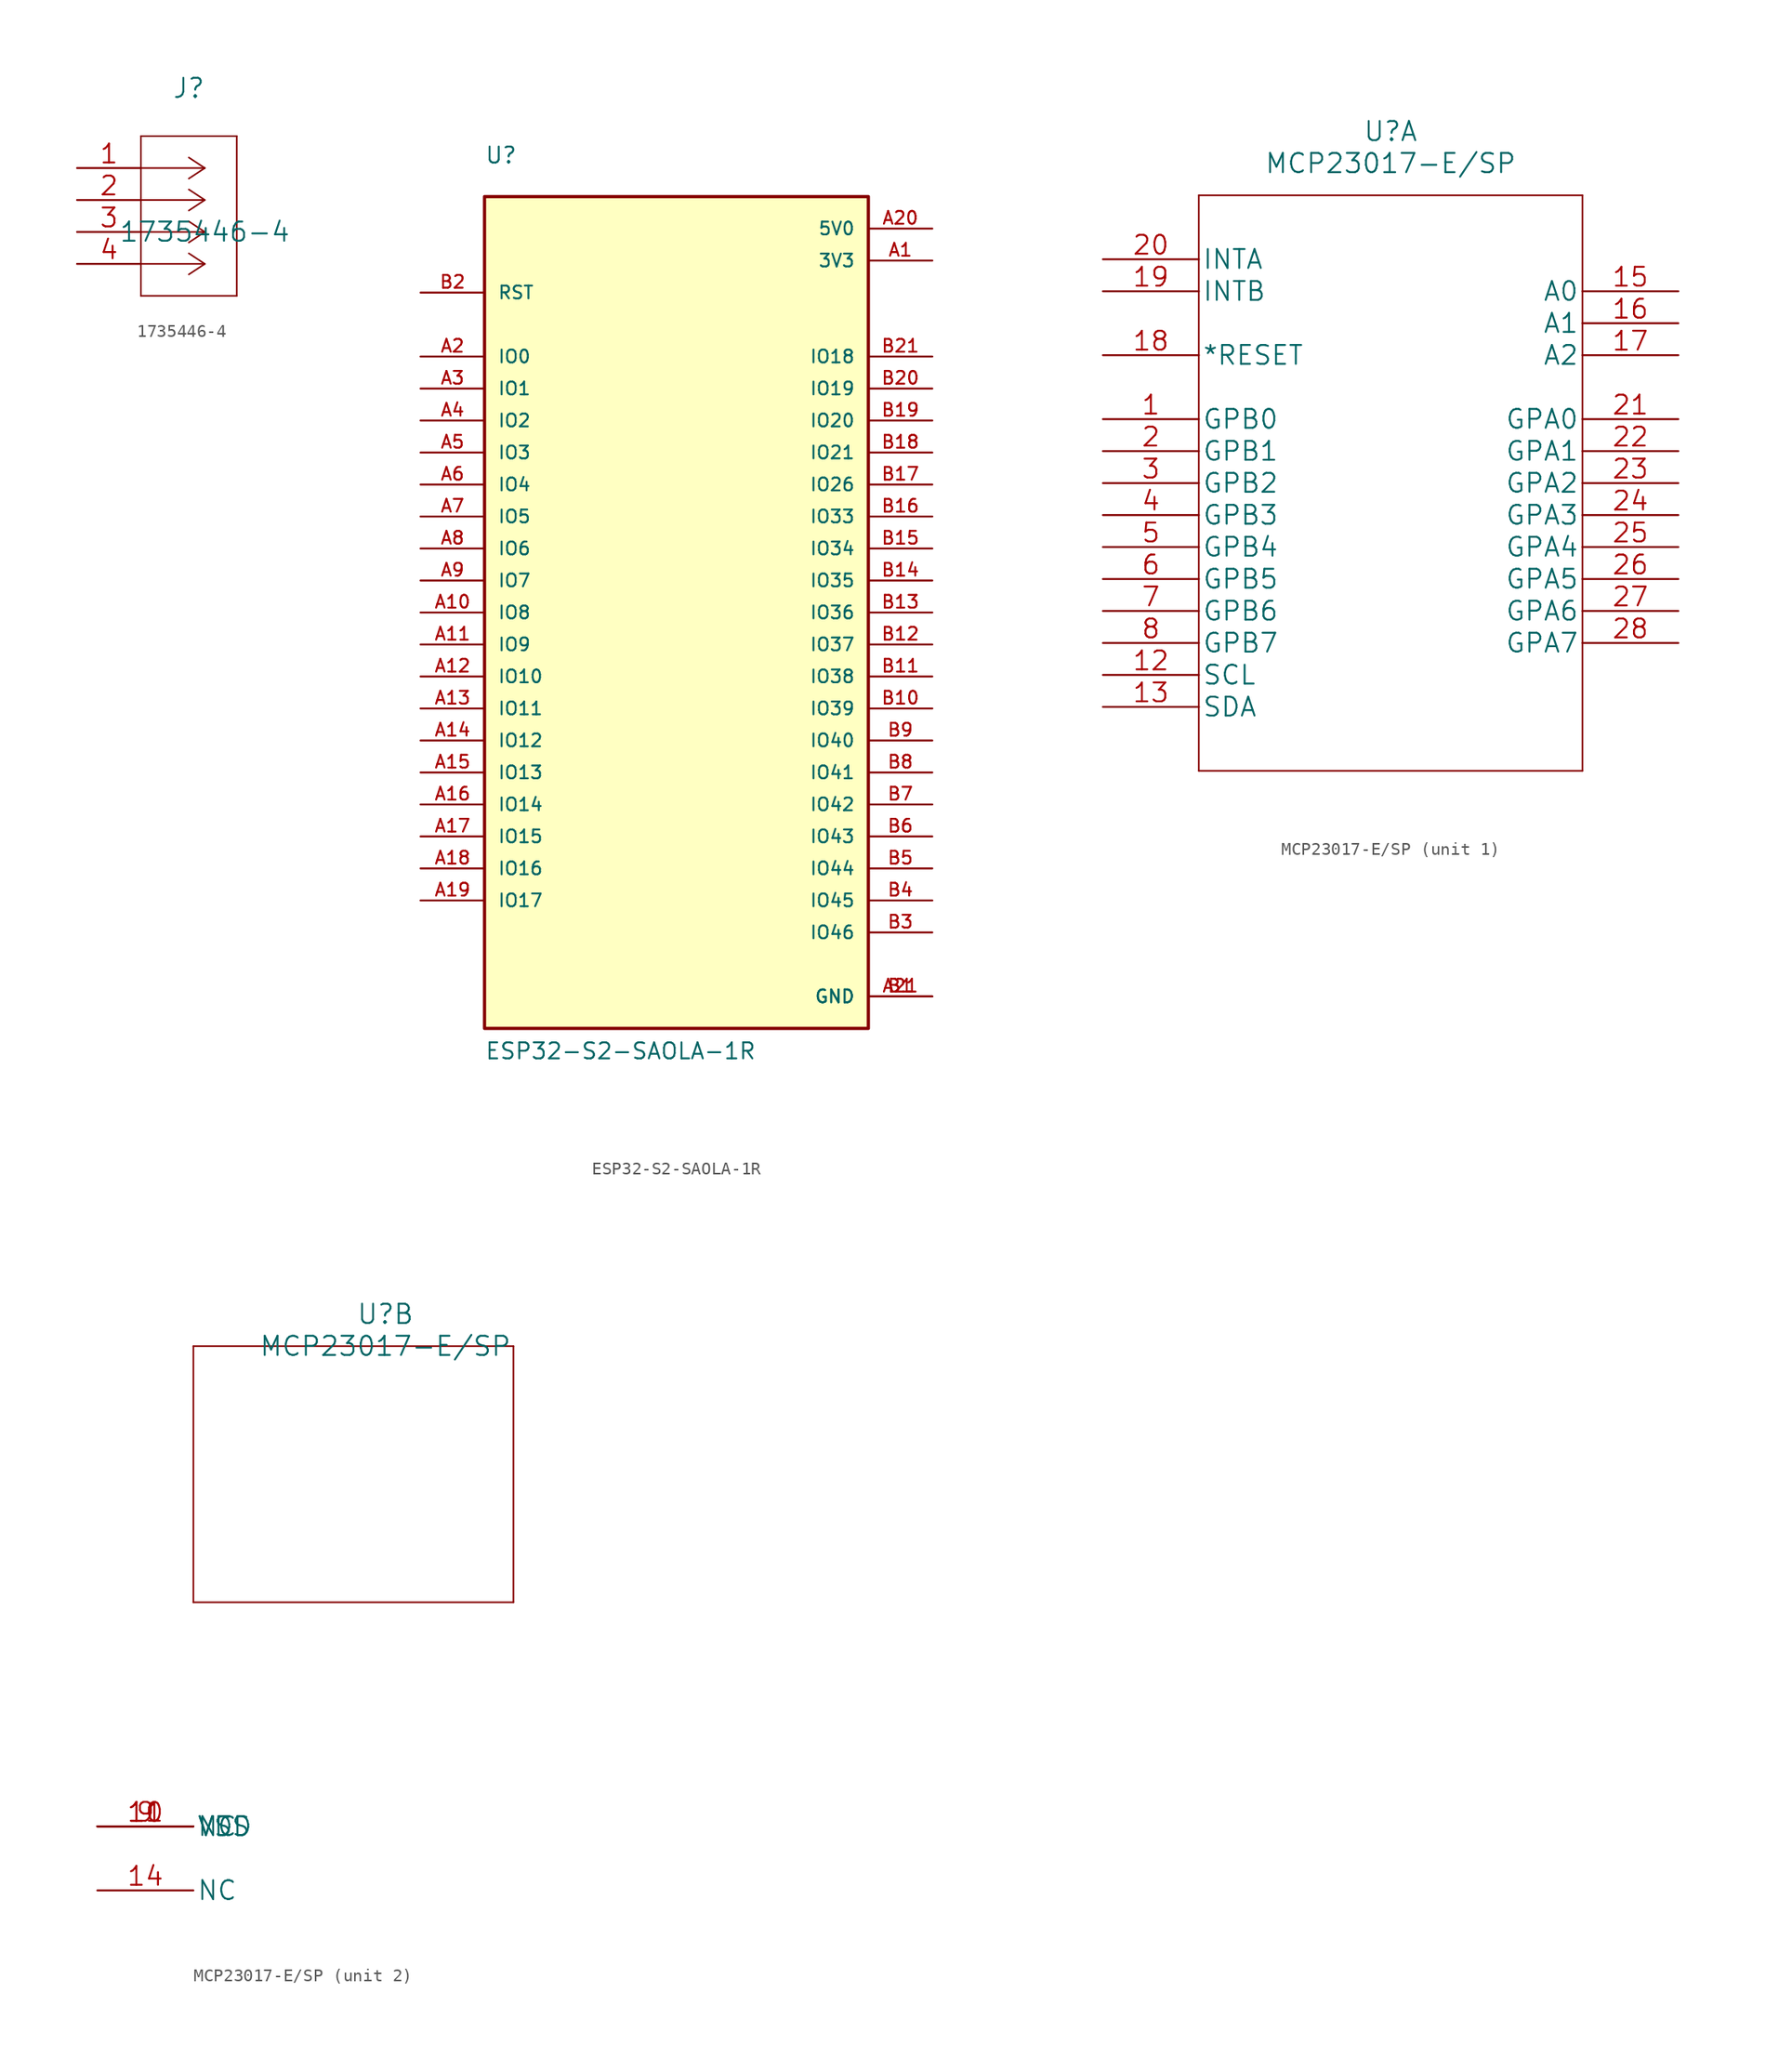
<source format=kicad_sym>
(kicad_symbol_lib
  (version 20220914)
  (generator kicad_symbol_editor)
  (symbol "1735446-4"
    (pin_names
      (offset 0.254) hide)
    (property "Reference" "J"
      (at 8.89 6.35 0)
      (effects (font (size 1.524 1.524))))
    (property "Value" "1735446-4"
      (at 10.16 -5.08 0)
      (effects (font (size 1.524 1.524))))
    (property "Datasheet" ""
      (at 0 0 0)
      (effects (font (size 1.524 1.524))))
    (property "ki_locked" ""
      (at 0 0 0)
      (effects (font (size 1.27 1.27))))
    (symbol "1735446-4_1_1"
      (polyline (pts (xy 5.08 -10.16) (xy 12.7 -10.16)) (stroke (width 0.127) (type solid)) (fill (type none)))
      (polyline (pts (xy 5.08 2.54) (xy 5.08 -10.16)) (stroke (width 0.127) (type solid)) (fill (type none)))
      (polyline (pts (xy 10.16 -7.62) (xy 5.08 -7.62)) (stroke (width 0.127) (type solid)) (fill (type none)))
      (polyline (pts (xy 10.16 -7.62) (xy 8.89 -8.458)) (stroke (width 0.127) (type solid)) (fill (type none)))
      (polyline (pts (xy 10.16 -7.62) (xy 8.89 -6.782)) (stroke (width 0.127) (type solid)) (fill (type none)))
      (polyline (pts (xy 10.16 -5.08) (xy 5.08 -5.08)) (stroke (width 0.127) (type solid)) (fill (type none)))
      (polyline (pts (xy 10.16 -5.08) (xy 8.89 -5.918)) (stroke (width 0.127) (type solid)) (fill (type none)))
      (polyline (pts (xy 10.16 -5.08) (xy 8.89 -4.242)) (stroke (width 0.127) (type solid)) (fill (type none)))
      (polyline (pts (xy 10.16 -2.54) (xy 5.08 -2.54)) (stroke (width 0.127) (type solid)) (fill (type none)))
      (polyline (pts (xy 10.16 -2.54) (xy 8.89 -3.378)) (stroke (width 0.127) (type solid)) (fill (type none)))
      (polyline (pts (xy 10.16 -2.54) (xy 8.89 -1.702)) (stroke (width 0.127) (type solid)) (fill (type none)))
      (polyline (pts (xy 10.16 0) (xy 5.08 0)) (stroke (width 0.127) (type solid)) (fill (type none)))
      (polyline (pts (xy 10.16 0) (xy 8.89 -0.838)) (stroke (width 0.127) (type solid)) (fill (type none)))
      (polyline (pts (xy 10.16 0) (xy 8.89 0.838)) (stroke (width 0.127) (type solid)) (fill (type none)))
      (polyline (pts (xy 12.7 -10.16) (xy 12.7 2.54)) (stroke (width 0.127) (type solid)) (fill (type none)))
      (polyline (pts (xy 12.7 2.54) (xy 5.08 2.54)) (stroke (width 0.127) (type solid)) (fill (type none)))
      (pin unspecified line (at 0 0 0) (length 5.08) (name "1" (effects (font (size 1.499 1.499)))) (number "1" (effects (font (size 1.499 1.499)))))
      (pin unspecified line (at 0 -2.54 0) (length 5.08) (name "2" (effects (font (size 1.499 1.499)))) (number "2" (effects (font (size 1.499 1.499)))))
      (pin unspecified line (at 0 -5.08 0) (length 5.08) (name "3" (effects (font (size 1.499 1.499)))) (number "3" (effects (font (size 1.499 1.499)))))
      (pin unspecified line (at 0 -7.62 0) (length 5.08) (name "4" (effects (font (size 1.499 1.499)))) (number "4" (effects (font (size 1.499 1.499)))))))
  (symbol "ESP32-S2-SAOLA-1R"
    (pin_names
      (offset 1.016))
    (property "Reference" "U"
      (at -15.24 35.56 0)
      (effects (font (size 1.27 1.27)) (justify left bottom)))
    (property "Value" "ESP32-S2-SAOLA-1R"
      (at -15.24 -35.56 0)
      (effects (font (size 1.27 1.27)) (justify left bottom)))
    (property "ki_locked" ""
      (at 0 0 0)
      (effects (font (size 1.27 1.27))))
    (symbol "ESP32-S2-SAOLA-1R_0_0"
      (rectangle (start -15.24 -33.02) (end 15.24 33.02) (stroke (width 0.254) (type solid)) (fill (type background)))
      (pin power_in line (at 20.32 27.94 180) (length 5.08) (name "3V3" (effects (font (size 1.016 1.016)))) (number "A1" (effects (font (size 1.016 1.016)))))
      (pin bidirectional line (at -20.32 0 0) (length 5.08) (name "IO8" (effects (font (size 1.016 1.016)))) (number "A10" (effects (font (size 1.016 1.016)))))
      (pin bidirectional line (at -20.32 -2.54 0) (length 5.08) (name "IO9" (effects (font (size 1.016 1.016)))) (number "A11" (effects (font (size 1.016 1.016)))))
      (pin bidirectional line (at -20.32 -5.08 0) (length 5.08) (name "IO10" (effects (font (size 1.016 1.016)))) (number "A12" (effects (font (size 1.016 1.016)))))
      (pin bidirectional line (at -20.32 -7.62 0) (length 5.08) (name "IO11" (effects (font (size 1.016 1.016)))) (number "A13" (effects (font (size 1.016 1.016)))))
      (pin bidirectional line (at -20.32 -10.16 0) (length 5.08) (name "IO12" (effects (font (size 1.016 1.016)))) (number "A14" (effects (font (size 1.016 1.016)))))
      (pin bidirectional line (at -20.32 -12.7 0) (length 5.08) (name "IO13" (effects (font (size 1.016 1.016)))) (number "A15" (effects (font (size 1.016 1.016)))))
      (pin bidirectional line (at -20.32 -15.24 0) (length 5.08) (name "IO14" (effects (font (size 1.016 1.016)))) (number "A16" (effects (font (size 1.016 1.016)))))
      (pin bidirectional line (at -20.32 -17.78 0) (length 5.08) (name "IO15" (effects (font (size 1.016 1.016)))) (number "A17" (effects (font (size 1.016 1.016)))))
      (pin bidirectional line (at -20.32 -20.32 0) (length 5.08) (name "IO16" (effects (font (size 1.016 1.016)))) (number "A18" (effects (font (size 1.016 1.016)))))
      (pin bidirectional line (at -20.32 -22.86 0) (length 5.08) (name "IO17" (effects (font (size 1.016 1.016)))) (number "A19" (effects (font (size 1.016 1.016)))))
      (pin bidirectional line (at -20.32 20.32 0) (length 5.08) (name "IO0" (effects (font (size 1.016 1.016)))) (number "A2" (effects (font (size 1.016 1.016)))))
      (pin power_in line (at 20.32 30.48 180) (length 5.08) (name "5V0" (effects (font (size 1.016 1.016)))) (number "A20" (effects (font (size 1.016 1.016)))))
      (pin power_in line (at 20.32 -30.48 180) (length 5.08) (name "GND" (effects (font (size 1.016 1.016)))) (number "A21" (effects (font (size 1.016 1.016)))))
      (pin bidirectional line (at -20.32 17.78 0) (length 5.08) (name "IO1" (effects (font (size 1.016 1.016)))) (number "A3" (effects (font (size 1.016 1.016)))))
      (pin bidirectional line (at -20.32 15.24 0) (length 5.08) (name "IO2" (effects (font (size 1.016 1.016)))) (number "A4" (effects (font (size 1.016 1.016)))))
      (pin bidirectional line (at -20.32 12.7 0) (length 5.08) (name "IO3" (effects (font (size 1.016 1.016)))) (number "A5" (effects (font (size 1.016 1.016)))))
      (pin bidirectional line (at -20.32 10.16 0) (length 5.08) (name "IO4" (effects (font (size 1.016 1.016)))) (number "A6" (effects (font (size 1.016 1.016)))))
      (pin bidirectional line (at -20.32 7.62 0) (length 5.08) (name "IO5" (effects (font (size 1.016 1.016)))) (number "A7" (effects (font (size 1.016 1.016)))))
      (pin bidirectional line (at -20.32 5.08 0) (length 5.08) (name "IO6" (effects (font (size 1.016 1.016)))) (number "A8" (effects (font (size 1.016 1.016)))))
      (pin bidirectional line (at -20.32 2.54 0) (length 5.08) (name "IO7" (effects (font (size 1.016 1.016)))) (number "A9" (effects (font (size 1.016 1.016)))))
      (pin power_in line (at 20.32 -30.48 180) (length 5.08) (name "GND" (effects (font (size 1.016 1.016)))) (number "B1" (effects (font (size 1.016 1.016)))))
      (pin bidirectional line (at 20.32 -7.62 180) (length 5.08) (name "IO39" (effects (font (size 1.016 1.016)))) (number "B10" (effects (font (size 1.016 1.016)))))
      (pin bidirectional line (at 20.32 -5.08 180) (length 5.08) (name "IO38" (effects (font (size 1.016 1.016)))) (number "B11" (effects (font (size 1.016 1.016)))))
      (pin bidirectional line (at 20.32 -2.54 180) (length 5.08) (name "IO37" (effects (font (size 1.016 1.016)))) (number "B12" (effects (font (size 1.016 1.016)))))
      (pin bidirectional line (at 20.32 0 180) (length 5.08) (name "IO36" (effects (font (size 1.016 1.016)))) (number "B13" (effects (font (size 1.016 1.016)))))
      (pin bidirectional line (at 20.32 2.54 180) (length 5.08) (name "IO35" (effects (font (size 1.016 1.016)))) (number "B14" (effects (font (size 1.016 1.016)))))
      (pin bidirectional line (at 20.32 5.08 180) (length 5.08) (name "IO34" (effects (font (size 1.016 1.016)))) (number "B15" (effects (font (size 1.016 1.016)))))
      (pin bidirectional line (at 20.32 7.62 180) (length 5.08) (name "IO33" (effects (font (size 1.016 1.016)))) (number "B16" (effects (font (size 1.016 1.016)))))
      (pin bidirectional line (at 20.32 10.16 180) (length 5.08) (name "IO26" (effects (font (size 1.016 1.016)))) (number "B17" (effects (font (size 1.016 1.016)))))
      (pin bidirectional line (at 20.32 12.7 180) (length 5.08) (name "IO21" (effects (font (size 1.016 1.016)))) (number "B18" (effects (font (size 1.016 1.016)))))
      (pin bidirectional line (at 20.32 15.24 180) (length 5.08) (name "IO20" (effects (font (size 1.016 1.016)))) (number "B19" (effects (font (size 1.016 1.016)))))
      (pin input line (at -20.32 25.4 0) (length 5.08) (name "RST" (effects (font (size 1.016 1.016)))) (number "B2" (effects (font (size 1.016 1.016)))))
      (pin bidirectional line (at 20.32 17.78 180) (length 5.08) (name "IO19" (effects (font (size 1.016 1.016)))) (number "B20" (effects (font (size 1.016 1.016)))))
      (pin bidirectional line (at 20.32 20.32 180) (length 5.08) (name "IO18" (effects (font (size 1.016 1.016)))) (number "B21" (effects (font (size 1.016 1.016)))))
      (pin input line (at 20.32 -25.4 180) (length 5.08) (name "IO46" (effects (font (size 1.016 1.016)))) (number "B3" (effects (font (size 1.016 1.016)))))
      (pin bidirectional line (at 20.32 -22.86 180) (length 5.08) (name "IO45" (effects (font (size 1.016 1.016)))) (number "B4" (effects (font (size 1.016 1.016)))))
      (pin bidirectional line (at 20.32 -20.32 180) (length 5.08) (name "IO44" (effects (font (size 1.016 1.016)))) (number "B5" (effects (font (size 1.016 1.016)))))
      (pin bidirectional line (at 20.32 -17.78 180) (length 5.08) (name "IO43" (effects (font (size 1.016 1.016)))) (number "B6" (effects (font (size 1.016 1.016)))))
      (pin bidirectional line (at 20.32 -15.24 180) (length 5.08) (name "IO42" (effects (font (size 1.016 1.016)))) (number "B7" (effects (font (size 1.016 1.016)))))
      (pin bidirectional line (at 20.32 -12.7 180) (length 5.08) (name "IO41" (effects (font (size 1.016 1.016)))) (number "B8" (effects (font (size 1.016 1.016)))))
      (pin bidirectional line (at 20.32 -10.16 180) (length 5.08) (name "IO40" (effects (font (size 1.016 1.016)))) (number "B9" (effects (font (size 1.016 1.016)))))))
  (symbol "MCP23017-E/SP"
    (pin_names
      (offset 0.254))
    (property "Reference" "U"
      (at 22.86 10.16 0)
      (effects (font (size 1.524 1.524))))
    (property "Value" "MCP23017-E/SP"
      (at 22.86 7.62 0)
      (effects (font (size 1.524 1.524))))
    (property "Datasheet" ""
      (at 0 0 0)
      (effects (font (size 1.524 1.524))))
    (symbol "MCP23017-E/SP_1_1"
      (polyline (pts (xy 7.62 -40.64) (xy 38.1 -40.64)) (stroke (width 0.127) (type solid)) (fill (type none)))
      (polyline (pts (xy 7.62 5.08) (xy 7.62 -40.64)) (stroke (width 0.127) (type solid)) (fill (type none)))
      (polyline (pts (xy 38.1 -40.64) (xy 38.1 5.08)) (stroke (width 0.127) (type solid)) (fill (type none)))
      (polyline (pts (xy 38.1 5.08) (xy 7.62 5.08)) (stroke (width 0.127) (type solid)) (fill (type none)))
      (pin unspecified line (at 0 -12.7 0) (length 7.62) (name "GPB0" (effects (font (size 1.499 1.499)))) (number "1" (effects (font (size 1.499 1.499)))))
      (pin unspecified line (at 0 -33.02 0) (length 7.62) (name "SCL" (effects (font (size 1.499 1.499)))) (number "12" (effects (font (size 1.499 1.499)))))
      (pin unspecified line (at 0 -35.56 0) (length 7.62) (name "SDA" (effects (font (size 1.499 1.499)))) (number "13" (effects (font (size 1.499 1.499)))))
      (pin unspecified line (at 45.72 -2.54 180) (length 7.62) (name "A0" (effects (font (size 1.499 1.499)))) (number "15" (effects (font (size 1.499 1.499)))))
      (pin unspecified line (at 45.72 -5.08 180) (length 7.62) (name "A1" (effects (font (size 1.499 1.499)))) (number "16" (effects (font (size 1.499 1.499)))))
      (pin unspecified line (at 45.72 -7.62 180) (length 7.62) (name "A2" (effects (font (size 1.499 1.499)))) (number "17" (effects (font (size 1.499 1.499)))))
      (pin unspecified line (at 0 -7.62 0) (length 7.62) (name "*RESET" (effects (font (size 1.499 1.499)))) (number "18" (effects (font (size 1.499 1.499)))))
      (pin unspecified line (at 0 -2.54 0) (length 7.62) (name "INTB" (effects (font (size 1.499 1.499)))) (number "19" (effects (font (size 1.499 1.499)))))
      (pin unspecified line (at 0 -15.24 0) (length 7.62) (name "GPB1" (effects (font (size 1.499 1.499)))) (number "2" (effects (font (size 1.499 1.499)))))
      (pin unspecified line (at 0 0 0) (length 7.62) (name "INTA" (effects (font (size 1.499 1.499)))) (number "20" (effects (font (size 1.499 1.499)))))
      (pin unspecified line (at 45.72 -12.7 180) (length 7.62) (name "GPA0" (effects (font (size 1.499 1.499)))) (number "21" (effects (font (size 1.499 1.499)))))
      (pin unspecified line (at 45.72 -15.24 180) (length 7.62) (name "GPA1" (effects (font (size 1.499 1.499)))) (number "22" (effects (font (size 1.499 1.499)))))
      (pin unspecified line (at 45.72 -17.78 180) (length 7.62) (name "GPA2" (effects (font (size 1.499 1.499)))) (number "23" (effects (font (size 1.499 1.499)))))
      (pin unspecified line (at 45.72 -20.32 180) (length 7.62) (name "GPA3" (effects (font (size 1.499 1.499)))) (number "24" (effects (font (size 1.499 1.499)))))
      (pin unspecified line (at 45.72 -22.86 180) (length 7.62) (name "GPA4" (effects (font (size 1.499 1.499)))) (number "25" (effects (font (size 1.499 1.499)))))
      (pin unspecified line (at 45.72 -25.4 180) (length 7.62) (name "GPA5" (effects (font (size 1.499 1.499)))) (number "26" (effects (font (size 1.499 1.499)))))
      (pin unspecified line (at 45.72 -27.94 180) (length 7.62) (name "GPA6" (effects (font (size 1.499 1.499)))) (number "27" (effects (font (size 1.499 1.499)))))
      (pin unspecified line (at 45.72 -30.48 180) (length 7.62) (name "GPA7" (effects (font (size 1.499 1.499)))) (number "28" (effects (font (size 1.499 1.499)))))
      (pin unspecified line (at 0 -17.78 0) (length 7.62) (name "GPB2" (effects (font (size 1.499 1.499)))) (number "3" (effects (font (size 1.499 1.499)))))
      (pin unspecified line (at 0 -20.32 0) (length 7.62) (name "GPB3" (effects (font (size 1.499 1.499)))) (number "4" (effects (font (size 1.499 1.499)))))
      (pin unspecified line (at 0 -22.86 0) (length 7.62) (name "GPB4" (effects (font (size 1.499 1.499)))) (number "5" (effects (font (size 1.499 1.499)))))
      (pin unspecified line (at 0 -25.4 0) (length 7.62) (name "GPB5" (effects (font (size 1.499 1.499)))) (number "6" (effects (font (size 1.499 1.499)))))
      (pin unspecified line (at 0 -27.94 0) (length 7.62) (name "GPB6" (effects (font (size 1.499 1.499)))) (number "7" (effects (font (size 1.499 1.499)))))
      (pin unspecified line (at 0 -30.48 0) (length 7.62) (name "GPB7" (effects (font (size 1.499 1.499)))) (number "8" (effects (font (size 1.499 1.499))))))
    (symbol "MCP23017-E/SP_2_1"
      (polyline (pts (xy 7.62 -12.7) (xy 33.02 -12.7)) (stroke (width 0.127) (type solid)) (fill (type none)))
      (polyline (pts (xy 7.62 7.62) (xy 7.62 -12.7)) (stroke (width 0.127) (type solid)) (fill (type none)))
      (polyline (pts (xy 33.02 -12.7) (xy 33.02 7.62)) (stroke (width 0.127) (type solid)) (fill (type none)))
      (polyline (pts (xy 33.02 7.62) (xy 7.62 7.62)) (stroke (width 0.127) (type solid)) (fill (type none)))
      (pin unspecified line (at 0 -30.48 0) (length 7.62) (name "VSS" (effects (font (size 1.499 1.499)))) (number "10" (effects (font (size 1.499 1.499)))))
      (pin unspecified line (at 0 -30.48 0) (length 7.62) (name "NC" (effects (font (size 1.499 1.499)))) (number "11" (effects (font (size 1.499 1.499)))))
      (pin unspecified line (at 0 -35.56 0) (length 7.62) (name "NC" (effects (font (size 1.499 1.499)))) (number "14" (effects (font (size 1.499 1.499)))))
      (pin unspecified line (at 0 -30.48 0) (length 7.62) (name "VDD" (effects (font (size 1.499 1.499)))) (number "9" (effects (font (size 1.499 1.499))))))))
</source>
